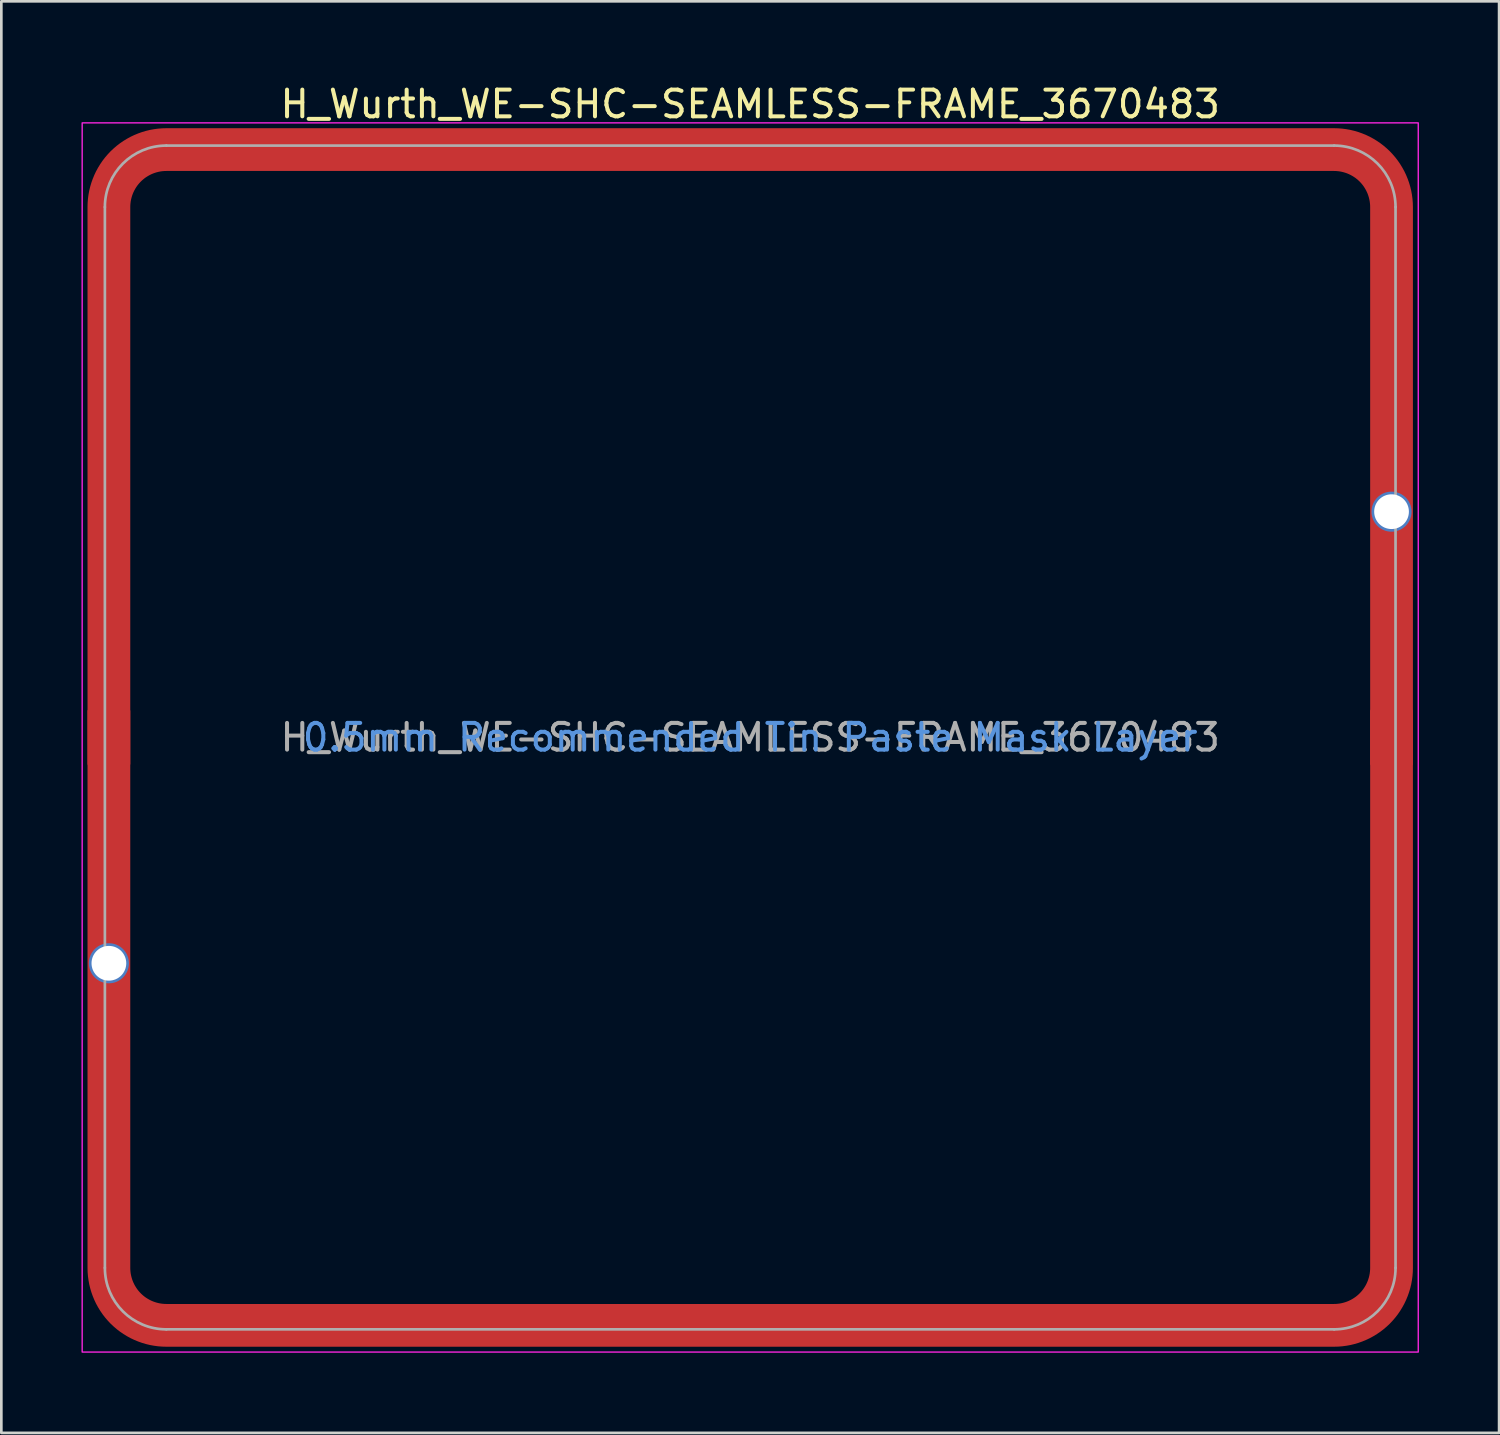
<source format=kicad_pcb>
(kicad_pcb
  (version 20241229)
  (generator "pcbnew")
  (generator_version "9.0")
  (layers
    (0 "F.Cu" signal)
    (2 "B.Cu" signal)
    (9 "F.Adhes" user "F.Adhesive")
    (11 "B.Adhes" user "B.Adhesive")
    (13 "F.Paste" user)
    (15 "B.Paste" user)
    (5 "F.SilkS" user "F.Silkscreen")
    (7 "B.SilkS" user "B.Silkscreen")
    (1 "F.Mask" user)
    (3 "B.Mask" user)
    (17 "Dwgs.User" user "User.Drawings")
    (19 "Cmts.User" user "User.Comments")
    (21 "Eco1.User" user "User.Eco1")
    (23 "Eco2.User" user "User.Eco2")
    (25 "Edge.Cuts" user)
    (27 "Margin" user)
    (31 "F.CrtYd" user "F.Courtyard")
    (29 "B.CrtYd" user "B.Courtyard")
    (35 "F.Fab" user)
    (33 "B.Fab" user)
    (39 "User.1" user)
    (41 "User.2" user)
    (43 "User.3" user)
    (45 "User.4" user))
  (footprint "H_Wurth_WE-SHC-SEAMLESS-FRAME_3670483"
    (layer "F.Cu")
    (at 25.025 24.548)
    (property "Reference" "H_Wurth_WE-SHC-SEAMLESS-FRAME_3670483" (at 0 -23.7 0) (unlocked yes) (layer "F.SilkS") (effects (font (size 1 1) (thickness 0.15))))
    (attr smd)
    (fp_rect (start -25 -23) (end 25 23) (stroke (width 0.05) (type solid)) (fill no) (layer "F.CrtYd"))
    (fp_line (start -24.15 19.85) (end -24.15 -19.85) (stroke (width 0.1) (type solid)) (layer "F.Fab"))
    (fp_line (start -21.85 -22.15) (end 21.85 -22.15) (stroke (width 0.1) (type solid)) (layer "F.Fab"))
    (fp_line (start -21.85 22.15) (end 21.85 22.15) (stroke (width 0.1) (type solid)) (layer "F.Fab"))
    (fp_line (start 24.15 19.85) (end 24.15 -19.85) (stroke (width 0.1) (type solid)) (layer "F.Fab"))
    (fp_arc (start -24.15 -19.85) (mid -23.476346 -21.476346) (end -21.85 -22.15) (stroke (width 0.1) (type default)) (layer "F.Fab"))
    (fp_arc (start -21.85 22.15) (mid -23.476346 21.476346) (end -24.15 19.85) (stroke (width 0.1) (type default)) (layer "F.Fab"))
    (fp_arc (start 21.85 -22.15) (mid 23.476346 -21.476346) (end 24.15 -19.85) (stroke (width 0.1) (type default)) (layer "F.Fab"))
    (fp_arc (start 24.15 19.85) (mid 23.476346 21.476346) (end 21.85 22.15) (stroke (width 0.1) (type default)) (layer "F.Fab"))
    (fp_text user "0.5mm Recommended Tin Paste Mask Layer" (at 0 0 0) (unlocked yes) (layer "Cmts.User") (effects (font (size 1 1) (thickness 0.15))))
    (fp_text user "${REFERENCE}" (at 0 0 0) (unlocked yes) (layer "F.Fab") (effects (font (size 1 1) (thickness 0.15))))
    (pad "1" thru_hole circle (at -24 8.45) (size 1.5 1.5) (drill 1.3) (layers "*.Cu" "*.Mask"))
    (pad "1" smd custom (at 0 -22) (size 43.7 1.5) (layers "F.Cu" "F.Mask" "F.Paste") (options (anchor rect)) (primitives (gr_poly (pts (xy -23.25 23) (xy -24.75 23) (xy -24.75 2.15) (xy -24.746 1.998) (xy -24.734 1.847) (xy -24.714 1.696) (xy -24.687 1.547) (xy -24.651 1.399) (xy -24.608 1.254) (xy -24.557 1.111) (xy -24.499 0.97) (xy -24.434 0.833) (xy -24.361 0.7) (xy -24.282 0.571) (xy -24.196 0.445) (xy -24.104 0.325) (xy -24.005 0.21) (xy -23.901 0.099) (xy -23.79 -0.005) (xy -23.675 -0.104) (xy -23.555 -0.196) (xy -23.429 -0.282) (xy -23.3 -0.361) (xy -23.167 -0.434) (xy -23.03 -0.499) (xy -22.889 -0.557) (xy -22.746 -0.608) (xy -22.601 -0.651) (xy -22.453 -0.687) (xy -22.304 -0.714) (xy -22.153 -0.734) (xy -22.002 -0.746) (xy -21.85 -0.75) (xy 21.85 -0.75) (xy 22.002 -0.746) (xy 22.153 -0.734) (xy 22.304 -0.714) (xy 22.453 -0.687) (xy 22.601 -0.651) (xy 22.746 -0.608) (xy 22.889 -0.557) (xy 23.03 -0.499) (xy 23.167 -0.434) (xy 23.3 -0.361) (xy 23.429 -0.282) (xy 23.555 -0.196) (xy 23.675 -0.104) (xy 23.79 -0.005) (xy 23.901 0.099) (xy 24.005 0.21) (xy 24.104 0.325) (xy 24.196 0.445) (xy 24.282 0.571) (xy 24.361 0.7) (xy 24.434 0.833) (xy 24.499 0.97) (xy 24.557 1.111) (xy 24.608 1.254) (xy 24.651 1.399) (xy 24.687 1.547) (xy 24.714 1.696) (xy 24.734 1.847) (xy 24.746 1.998) (xy 24.75 2.15) (xy 24.75 23) (xy 23.25 23) (xy 23.25 2.15) (xy 23.248 2.077) (xy 23.242 2.004) (xy 23.233 1.931) (xy 23.219 1.859) (xy 23.202 1.788) (xy 23.181 1.717) (xy 23.157 1.648) (xy 23.129 1.581) (xy 23.097 1.514) (xy 23.062 1.45) (xy 23.024 1.388) (xy 22.983 1.327) (xy 22.938 1.269) (xy 22.89 1.213) (xy 22.84 1.16) (xy 22.787 1.11) (xy 22.731 1.062) (xy 22.673 1.017) (xy 22.612 0.976) (xy 22.55 0.938) (xy 22.486 0.903) (xy 22.419 0.871) (xy 22.352 0.843) (xy 22.283 0.819) (xy 22.212 0.798) (xy 22.141 0.781) (xy 22.069 0.767) (xy 21.996 0.758) (xy 21.923 0.752) (xy 21.85 0.75) (xy -21.85 0.75) (xy -21.923 0.752) (xy -21.996 0.758) (xy -22.069 0.767) (xy -22.141 0.781) (xy -22.212 0.798) (xy -22.283 0.819) (xy -22.352 0.843) (xy -22.419 0.871) (xy -22.486 0.903) (xy -22.55 0.938) (xy -22.612 0.976) (xy -22.673 1.017) (xy -22.731 1.062) (xy -22.787 1.11) (xy -22.84 1.16) (xy -22.89 1.213) (xy -22.938 1.269) (xy -22.983 1.327) (xy -23.024 1.388) (xy -23.062 1.45) (xy -23.097 1.514) (xy -23.129 1.581) (xy -23.157 1.648) (xy -23.181 1.717) (xy -23.202 1.788) (xy -23.219 1.859) (xy -23.233 1.931) (xy -23.242 2.004) (xy -23.248 2.077) (xy -23.25 2.15) (xy -23.25 23)) (width 0.1) (fill yes))))
    (pad "1" smd custom (at 0 22) (size 43.76 1.5) (layers "F.Cu" "F.Mask" "F.Paste") (options (anchor rect)) (primitives (gr_poly (pts (xy 23.25 -23) (xy 24.75 -23) (xy 24.75 -2.15) (xy 24.746 -1.998) (xy 24.734 -1.847) (xy 24.714 -1.696) (xy 24.687 -1.547) (xy 24.651 -1.399) (xy 24.608 -1.254) (xy 24.557 -1.111) (xy 24.499 -0.97) (xy 24.434 -0.833) (xy 24.361 -0.7) (xy 24.282 -0.571) (xy 24.196 -0.445) (xy 24.104 -0.325) (xy 24.005 -0.21) (xy 23.901 -0.099) (xy 23.79 0.005) (xy 23.675 0.104) (xy 23.555 0.196) (xy 23.429 0.282) (xy 23.3 0.361) (xy 23.167 0.434) (xy 23.03 0.499) (xy 22.889 0.557) (xy 22.746 0.608) (xy 22.601 0.651) (xy 22.453 0.687) (xy 22.304 0.714) (xy 22.153 0.734) (xy 22.002 0.746) (xy 21.85 0.75) (xy -21.85 0.75) (xy -22.002 0.746) (xy -22.153 0.734) (xy -22.304 0.714) (xy -22.453 0.687) (xy -22.601 0.651) (xy -22.746 0.608) (xy -22.889 0.557) (xy -23.03 0.499) (xy -23.167 0.434) (xy -23.3 0.361) (xy -23.429 0.282) (xy -23.555 0.196) (xy -23.675 0.104) (xy -23.79 0.005) (xy -23.901 -0.099) (xy -24.005 -0.21) (xy -24.104 -0.325) (xy -24.196 -0.445) (xy -24.282 -0.571) (xy -24.361 -0.7) (xy -24.434 -0.833) (xy -24.499 -0.97) (xy -24.557 -1.111) (xy -24.608 -1.254) (xy -24.651 -1.399) (xy -24.687 -1.547) (xy -24.714 -1.696) (xy -24.734 -1.847) (xy -24.746 -1.998) (xy -24.75 -2.15) (xy -24.75 -23) (xy -23.25 -23) (xy -23.25 -2.15) (xy -23.248 -2.077) (xy -23.242 -2.004) (xy -23.233 -1.931) (xy -23.219 -1.859) (xy -23.202 -1.788) (xy -23.181 -1.717) (xy -23.157 -1.648) (xy -23.129 -1.581) (xy -23.097 -1.514) (xy -23.062 -1.45) (xy -23.024 -1.388) (xy -22.983 -1.327) (xy -22.938 -1.269) (xy -22.89 -1.213) (xy -22.84 -1.16) (xy -22.787 -1.11) (xy -22.731 -1.062) (xy -22.673 -1.017) (xy -22.612 -0.976) (xy -22.55 -0.938) (xy -22.486 -0.903) (xy -22.419 -0.871) (xy -22.352 -0.843) (xy -22.283 -0.819) (xy -22.212 -0.798) (xy -22.141 -0.781) (xy -22.069 -0.767) (xy -21.996 -0.758) (xy -21.923 -0.752) (xy -21.85 -0.75) (xy 21.85 -0.75) (xy 21.923 -0.752) (xy 21.996 -0.758) (xy 22.069 -0.767) (xy 22.141 -0.781) (xy 22.212 -0.798) (xy 22.283 -0.819) (xy 22.352 -0.843) (xy 22.419 -0.871) (xy 22.486 -0.903) (xy 22.55 -0.938) (xy 22.612 -0.976) (xy 22.673 -1.017) (xy 22.731 -1.062) (xy 22.787 -1.11) (xy 22.84 -1.16) (xy 22.89 -1.213) (xy 22.938 -1.269) (xy 22.983 -1.327) (xy 23.024 -1.388) (xy 23.062 -1.45) (xy 23.097 -1.514) (xy 23.129 -1.581) (xy 23.157 -1.648) (xy 23.181 -1.717) (xy 23.202 -1.788) (xy 23.219 -1.859) (xy 23.233 -1.931) (xy 23.242 -2.004) (xy 23.248 -2.077) (xy 23.25 -2.15) (xy 23.25 -23)) (width 0.1) (fill yes))))
    (pad "1" thru_hole circle (at 24 -8.45) (size 1.5 1.5) (drill 1.3) (layers "*.Cu" "*.Mask")))
  (gr_rect
    (start -3 -3)
    (end 53.05 50.573)
    (stroke (width 0.1) (type default))
    (fill no)
    (layer "Edge.Cuts")))
</source>
